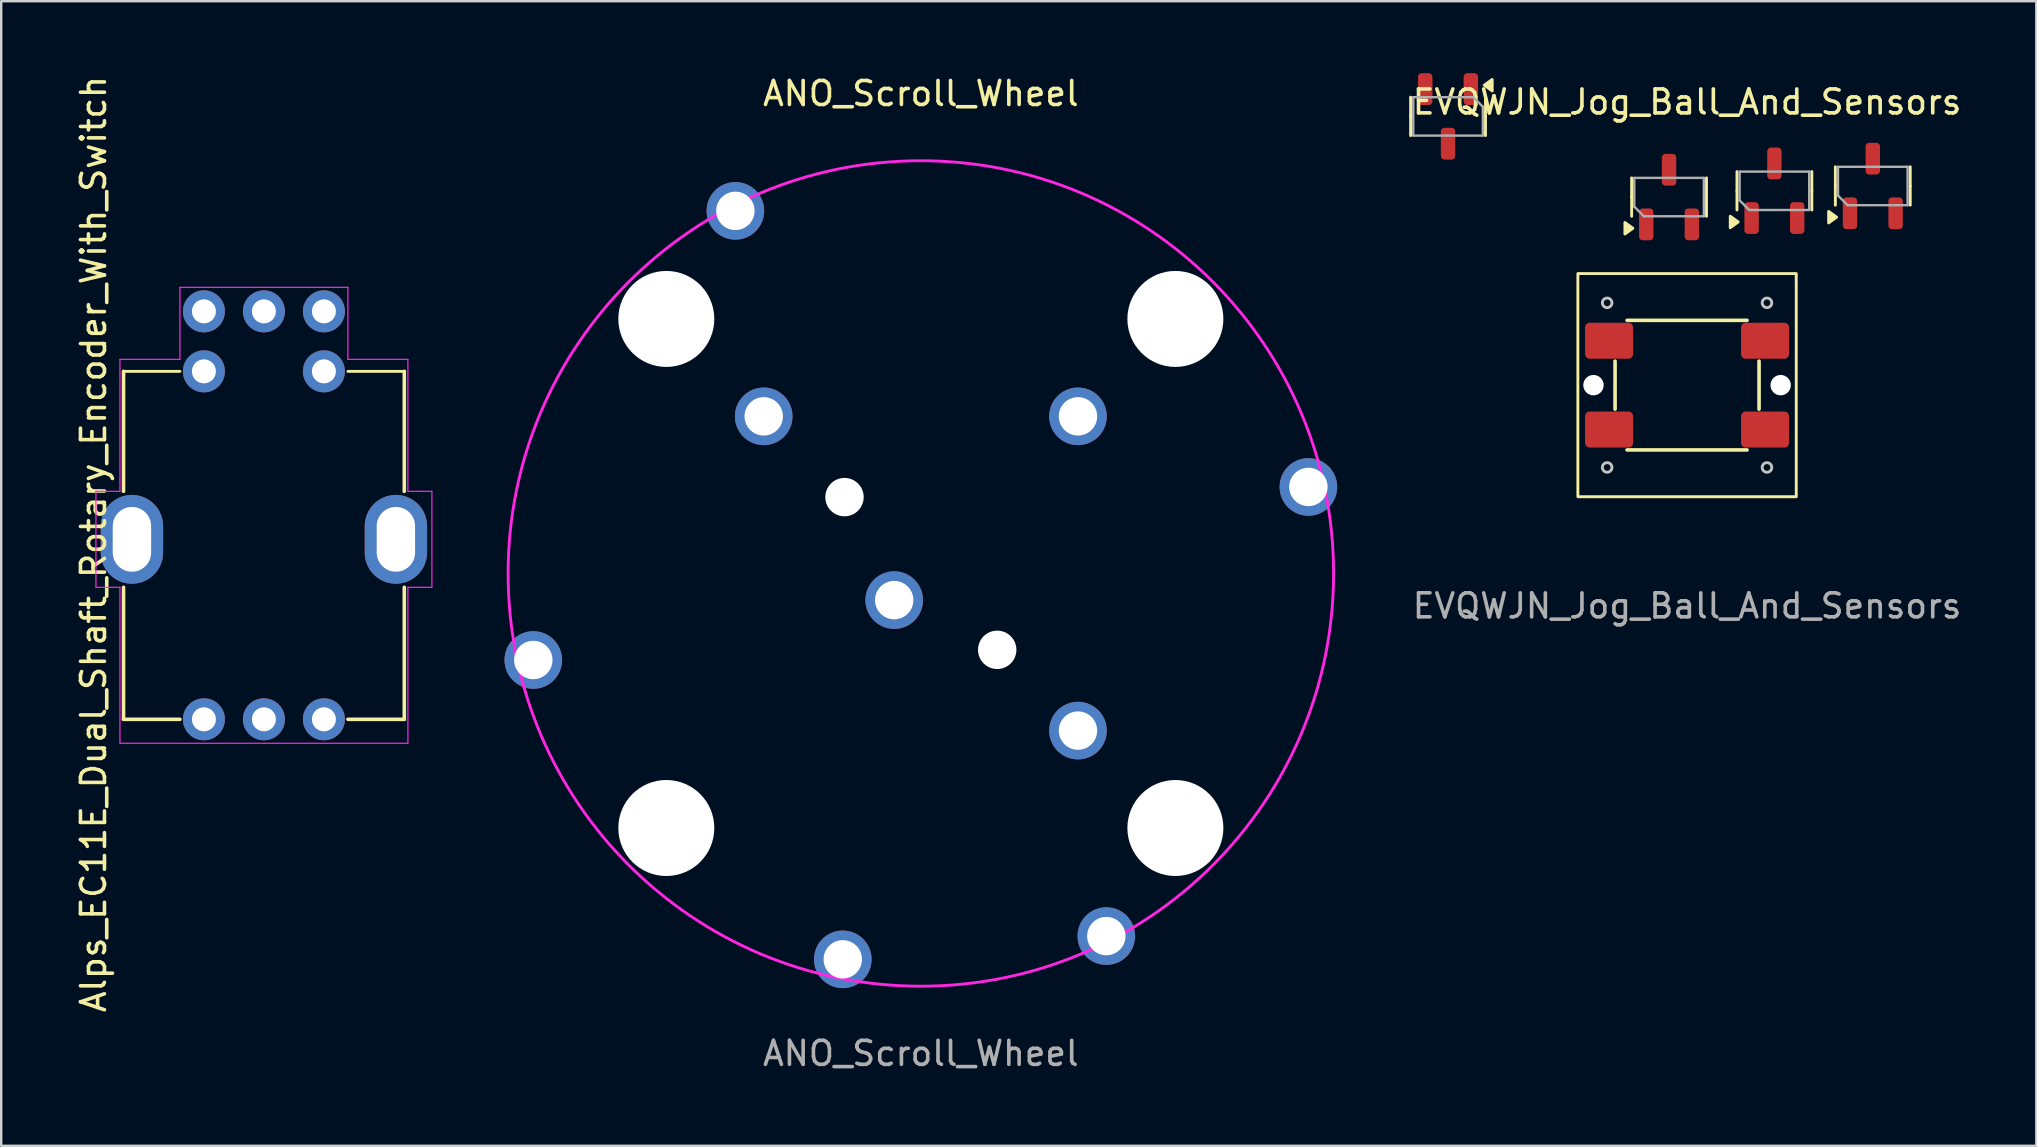
<source format=kicad_pcb>
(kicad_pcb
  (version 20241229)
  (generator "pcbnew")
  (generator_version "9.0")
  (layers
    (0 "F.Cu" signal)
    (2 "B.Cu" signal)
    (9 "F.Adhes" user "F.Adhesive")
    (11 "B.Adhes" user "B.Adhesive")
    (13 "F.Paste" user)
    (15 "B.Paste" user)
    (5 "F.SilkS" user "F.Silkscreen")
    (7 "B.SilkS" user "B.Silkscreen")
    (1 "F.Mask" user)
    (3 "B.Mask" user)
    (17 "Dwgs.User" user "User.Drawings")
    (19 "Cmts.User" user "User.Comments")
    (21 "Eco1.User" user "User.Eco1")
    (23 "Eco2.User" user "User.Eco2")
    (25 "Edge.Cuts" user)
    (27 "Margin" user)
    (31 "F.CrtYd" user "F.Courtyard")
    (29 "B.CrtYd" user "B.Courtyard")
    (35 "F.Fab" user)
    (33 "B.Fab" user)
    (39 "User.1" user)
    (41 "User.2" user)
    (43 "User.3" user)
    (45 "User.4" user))
  (footprint "Alps_EC11E_Dual_Shaft_Rotary_Encoder_With_Switch"
    (layer "F.Cu")
    (at 7.948 19.425)
    (property "Reference" "Alps_EC11E_Dual_Shaft_Rotary_Encoder_With_Switch" (at -7.1 0.2 270) (layer "F.SilkS") (effects (font (size 1 1) (thickness 0.15))))
    (attr through_hole)
    (fp_line (start -5.85 -7) (end -5.85 -2) (stroke (width 0.15) (type solid)) (layer "F.SilkS"))
    (fp_line (start -5.85 -7) (end -3.5 -7) (stroke (width 0.12) (type solid)) (layer "F.SilkS"))
    (fp_line (start -5.85 7.5) (end -5.85 2) (stroke (width 0.15) (type solid)) (layer "F.SilkS"))
    (fp_line (start -3.5 7.5) (end -5.85 7.5) (stroke (width 0.15) (type solid)) (layer "F.SilkS"))
    (fp_line (start 3.5 7.5) (end 5.85 7.5) (stroke (width 0.15) (type solid)) (layer "F.SilkS"))
    (fp_line (start 5.85 -7) (end 3.5 -7) (stroke (width 0.12) (type solid)) (layer "F.SilkS"))
    (fp_line (start 5.85 -7) (end 5.85 -2) (stroke (width 0.15) (type solid)) (layer "F.SilkS"))
    (fp_line (start 5.85 7.5) (end 5.85 2) (stroke (width 0.15) (type solid)) (layer "F.SilkS"))
    (fp_line (start -7 -2) (end -6 -2) (stroke (width 0.05) (type default)) (layer "F.CrtYd"))
    (fp_line (start -7 2) (end -7 -2) (stroke (width 0.05) (type default)) (layer "F.CrtYd"))
    (fp_line (start -6 -7.5) (end -3.5 -7.5) (stroke (width 0.05) (type solid)) (layer "F.CrtYd"))
    (fp_line (start -6 -2) (end -6 -7.5) (stroke (width 0.05) (type default)) (layer "F.CrtYd"))
    (fp_line (start -6 2) (end -7 2) (stroke (width 0.05) (type default)) (layer "F.CrtYd"))
    (fp_line (start -6 2) (end -6 8.5) (stroke (width 0.05) (type default)) (layer "F.CrtYd"))
    (fp_line (start -3.5 -10.5) (end 3.5 -10.5) (stroke (width 0.05) (type default)) (layer "F.CrtYd"))
    (fp_line (start -3.5 -7.5) (end -3.5 -10.5) (stroke (width 0.05) (type default)) (layer "F.CrtYd"))
    (fp_line (start 3.5 -10.5) (end 3.5 -7.5) (stroke (width 0.05) (type default)) (layer "F.CrtYd"))
    (fp_line (start 3.5 -7.5) (end 6 -7.5) (stroke (width 0.05) (type default)) (layer "F.CrtYd"))
    (fp_line (start 6 -2) (end 6 -7.5) (stroke (width 0.05) (type default)) (layer "F.CrtYd"))
    (fp_line (start 6 -2) (end 7 -2) (stroke (width 0.05) (type default)) (layer "F.CrtYd"))
    (fp_line (start 6 2) (end 6 8.5) (stroke (width 0.05) (type default)) (layer "F.CrtYd"))
    (fp_line (start 6 8.5) (end -6 8.5) (stroke (width 0.05) (type default)) (layer "F.CrtYd"))
    (fp_line (start 7 2) (end 6 2) (stroke (width 0.05) (type default)) (layer "F.CrtYd"))
    (fp_line (start 7 2) (end 7 -2) (stroke (width 0.05) (type default)) (layer "F.CrtYd"))
    (pad "1" thru_hole circle (at 2.5 -9.5 270) (size 1.75 1.75) (drill 1) (layers "*.Cu" "*.Mask"))
    (pad "2" thru_hole circle (at 0 -9.5 270) (size 1.75 1.75) (drill 1) (layers "*.Cu" "*.Mask"))
    (pad "3" thru_hole circle (at -2.5 -9.5 270) (size 1.75 1.75) (drill 1) (layers "*.Cu" "*.Mask"))
    (pad "4" thru_hole circle (at 2.5 -7 270) (size 1.75 1.75) (drill 1) (layers "*.Cu" "*.Mask"))
    (pad "5" thru_hole circle (at -2.5 -7 270) (size 1.75 1.75) (drill 1) (layers "*.Cu" "*.Mask"))
    (pad "6" thru_hole circle (at -2.5 7.5 270) (size 1.75 1.75) (drill 1) (layers "*.Cu" "*.Mask"))
    (pad "7" thru_hole circle (at 0 7.5 270) (size 1.75 1.75) (drill 1) (layers "*.Cu" "*.Mask"))
    (pad "8" thru_hole circle (at 2.5 7.5 270) (size 1.75 1.75) (drill 1) (layers "*.Cu" "*.Mask"))
    (pad "MP" thru_hole oval (at -5.5 0 270) (size 3.7 2.6) (drill oval 2.7 1.6) (layers "*.Cu" "*.Mask"))
    (pad "MP" thru_hole oval (at 5.5 0 270) (size 3.7 2.6) (drill oval 2.7 1.6) (layers "*.Cu" "*.Mask")))
  (footprint "ANO_Scroll_Wheel"
    (layer "F.Cu")
    (at 35.324 20.848)
    (property "Reference" "ANO_Scroll_Wheel" (at 0 -20 0) (unlocked yes) (layer "F.SilkS") (effects (font (size 1 1) (thickness 0.15))))
    (attr through_hole)
    (fp_circle (center 0 0) (end -12.162 12.162) (stroke (width 0.12) (type default)) (fill no) (layer "F.CrtYd"))
    (fp_text user "${REFERENCE}" (at 0 20 0) (unlocked yes) (layer "F.Fab") (effects (font (size 1 1) (thickness 0.15))))
    (pad "" np_thru_hole circle (at -10.607 -10.607 225) (size 4 4) (drill 4) (layers "*.Cu" "*.Mask"))
    (pad "" np_thru_hole circle (at -10.607 10.607 225) (size 4 4) (drill 4) (layers "*.Cu" "*.Mask"))
    (pad "" np_thru_hole circle (at -3.182 -3.182 225) (size 1.6 1.6) (drill 1.6) (layers "*.Cu" "*.Mask"))
    (pad "" np_thru_hole circle (at 3.182 3.182 225) (size 1.6 1.6) (drill 1.6) (layers "*.Cu" "*.Mask"))
    (pad "" np_thru_hole circle (at 10.607 -10.607 225) (size 4 4) (drill 4) (layers "*.Cu" "*.Mask"))
    (pad "" np_thru_hole circle (at 10.607 10.607 225) (size 4 4) (drill 4) (layers "*.Cu" "*.Mask"))
    (pad "1" thru_hole circle (at -6.548 -6.548 225) (size 2.4 2.4) (drill 1.6) (layers "*.Cu" "*.Mask"))
    (pad "2" thru_hole circle (at 6.548 6.548 225) (size 2.4 2.4) (drill 1.6) (layers "*.Cu" "*.Mask"))
    (pad "3" thru_hole circle (at 6.548 -6.548 225) (size 2.4 2.4) (drill 1.6) (layers "*.Cu" "*.Mask"))
    (pad "4" thru_hole circle (at -1.11 1.11 225) (size 2.4 2.4) (drill 1.6) (layers "*.Cu" "*.Mask"))
    (pad "5" thru_hole circle (at -3.253 16.08 225) (size 2.4 2.4) (drill 1.6) (layers "*.Cu" "*.Mask"))
    (pad "6" thru_hole circle (at 7.729 15.111 225) (size 2.4 2.4) (drill 1.6) (layers "*.Cu" "*.Mask"))
    (pad "7" thru_hole circle (at 16.15 -3.606 45) (size 2.4 2.4) (drill 1.6) (layers "*.Cu" "*.Mask"))
    (pad "8" thru_hole circle (at -7.729 -15.111 45) (size 2.4 2.4) (drill 1.6) (layers "*.Cu" "*.Mask"))
    (pad "9" thru_hole circle (at -16.15 3.606 225) (size 2.4 2.4) (drill 1.6) (layers "*.Cu" "*.Mask")))
  (footprint "EVQWJN_Jog_Ball_And_Sensors"
    (layer "F.Cu")
    (at 67.254 13)
    (property "Reference" "EVQWJN_Jog_Ball_And_Sensors" (at 0 -11.8 0) (unlocked yes) (layer "F.SilkS") (effects (font (size 1 1) (thickness 0.15))))
    (attr smd)
    (fp_line (start -11.52 -11.2) (end -11.52 -12) (stroke (width 0.12) (type solid)) (layer "F.SilkS"))
    (fp_line (start -11.52 -11.2) (end -11.52 -10.4) (stroke (width 0.12) (type solid)) (layer "F.SilkS"))
    (fp_line (start -8.4 -11.2) (end -8.4 -12) (stroke (width 0.12) (type solid)) (layer "F.SilkS"))
    (fp_line (start -8.4 -11.2) (end -8.4 -10.4) (stroke (width 0.12) (type solid)) (layer "F.SilkS"))
    (fp_line (start -3 1) (end -3 -1) (stroke (width 0.15) (type solid)) (layer "F.SilkS"))
    (fp_line (start -2.31 -7.838) (end -2.31 -8.637) (stroke (width 0.12) (type solid)) (layer "F.SilkS"))
    (fp_line (start -2.31 -7.838) (end -2.31 -7.037) (stroke (width 0.12) (type solid)) (layer "F.SilkS"))
    (fp_line (start 0.81 -7.838) (end 0.81 -8.637) (stroke (width 0.12) (type solid)) (layer "F.SilkS"))
    (fp_line (start 0.81 -7.838) (end 0.81 -7.037) (stroke (width 0.12) (type solid)) (layer "F.SilkS"))
    (fp_line (start 2.08 -8.1) (end 2.08 -8.9) (stroke (width 0.12) (type solid)) (layer "F.SilkS"))
    (fp_line (start 2.08 -8.1) (end 2.08 -7.3) (stroke (width 0.12) (type solid)) (layer "F.SilkS"))
    (fp_line (start 2.5 -2.7) (end -2.5 -2.7) (stroke (width 0.15) (type solid)) (layer "F.SilkS"))
    (fp_line (start 2.5 2.7) (end -2.5 2.7) (stroke (width 0.15) (type solid)) (layer "F.SilkS"))
    (fp_line (start 3 -1) (end 3 1) (stroke (width 0.15) (type solid)) (layer "F.SilkS"))
    (fp_line (start 5.2 -8.1) (end 5.2 -8.9) (stroke (width 0.12) (type solid)) (layer "F.SilkS"))
    (fp_line (start 5.2 -8.1) (end 5.2 -7.3) (stroke (width 0.12) (type solid)) (layer "F.SilkS"))
    (fp_line (start 6.18 -8.3) (end 6.18 -9.1) (stroke (width 0.12) (type solid)) (layer "F.SilkS"))
    (fp_line (start 6.18 -8.3) (end 6.18 -7.5) (stroke (width 0.12) (type solid)) (layer "F.SilkS"))
    (fp_line (start 9.3 -8.3) (end 9.3 -9.1) (stroke (width 0.12) (type solid)) (layer "F.SilkS"))
    (fp_line (start 9.3 -8.3) (end 9.3 -7.5) (stroke (width 0.12) (type solid)) (layer "F.SilkS"))
    (fp_rect (start -4.55 -4.65) (end 4.55 4.65) (stroke (width 0.12) (type default)) (fill no) (layer "F.SilkS"))
    (fp_poly (pts (xy -8.45 -12.5) (xy -8.12 -12.74) (xy -8.12 -12.26) (xy -8.45 -12.5)) (stroke (width 0.12) (type solid)) (fill yes) (layer "F.SilkS"))
    (fp_poly (pts (xy -2.26 -6.537) (xy -2.59 -6.298) (xy -2.59 -6.777) (xy -2.26 -6.537)) (stroke (width 0.12) (type solid)) (fill yes) (layer "F.SilkS"))
    (fp_poly (pts (xy 2.13 -6.8) (xy 1.8 -6.56) (xy 1.8 -7.04) (xy 2.13 -6.8)) (stroke (width 0.12) (type solid)) (fill yes) (layer "F.SilkS"))
    (fp_poly (pts (xy 6.23 -7) (xy 5.9 -6.76) (xy 5.9 -7.24) (xy 6.23 -7)) (stroke (width 0.12) (type solid)) (fill yes) (layer "F.SilkS"))
    (fp_circle (center -3.33 -3.43) (end -3.13 -3.43) (stroke (width 0.12) (type default)) (fill no) (layer "Dwgs.User"))
    (fp_circle (center -3.33 3.43) (end -3.13 3.43) (stroke (width 0.12) (type default)) (fill no) (layer "Dwgs.User"))
    (fp_circle (center 3.33 -3.43) (end 3.53 -3.43) (stroke (width 0.12) (type default)) (fill no) (layer "Dwgs.User"))
    (fp_circle (center 3.33 3.43) (end 3.53 3.43) (stroke (width 0.12) (type default)) (fill no) (layer "Dwgs.User"))
    (fp_line (start -11.41 -12) (end -8.91 -12) (stroke (width 0.1) (type solid)) (layer "F.Fab"))
    (fp_line (start -11.41 -10.4) (end -11.41 -12) (stroke (width 0.1) (type solid)) (layer "F.Fab"))
    (fp_line (start -8.91 -12) (end -8.51 -11.6) (stroke (width 0.1) (type solid)) (layer "F.Fab"))
    (fp_line (start -8.51 -11.6) (end -8.51 -10.4) (stroke (width 0.1) (type solid)) (layer "F.Fab"))
    (fp_line (start -8.51 -10.4) (end -11.41 -10.4) (stroke (width 0.1) (type solid)) (layer "F.Fab"))
    (fp_line (start -2.2 -8.637) (end 0.7 -8.637) (stroke (width 0.1) (type solid)) (layer "F.Fab"))
    (fp_line (start -2.2 -7.438) (end -2.2 -8.637) (stroke (width 0.1) (type solid)) (layer "F.Fab"))
    (fp_line (start -1.8 -7.037) (end -2.2 -7.438) (stroke (width 0.1) (type solid)) (layer "F.Fab"))
    (fp_line (start 0.7 -8.637) (end 0.7 -7.037) (stroke (width 0.1) (type solid)) (layer "F.Fab"))
    (fp_line (start 0.7 -7.037) (end -1.8 -7.037) (stroke (width 0.1) (type solid)) (layer "F.Fab"))
    (fp_line (start 2.19 -8.9) (end 5.09 -8.9) (stroke (width 0.1) (type solid)) (layer "F.Fab"))
    (fp_line (start 2.19 -7.7) (end 2.19 -8.9) (stroke (width 0.1) (type solid)) (layer "F.Fab"))
    (fp_line (start 2.59 -7.3) (end 2.19 -7.7) (stroke (width 0.1) (type solid)) (layer "F.Fab"))
    (fp_line (start 5.09 -8.9) (end 5.09 -7.3) (stroke (width 0.1) (type solid)) (layer "F.Fab"))
    (fp_line (start 5.09 -7.3) (end 2.59 -7.3) (stroke (width 0.1) (type solid)) (layer "F.Fab"))
    (fp_line (start 6.29 -9.1) (end 9.19 -9.1) (stroke (width 0.1) (type solid)) (layer "F.Fab"))
    (fp_line (start 6.29 -7.9) (end 6.29 -9.1) (stroke (width 0.1) (type solid)) (layer "F.Fab"))
    (fp_line (start 6.69 -7.5) (end 6.29 -7.9) (stroke (width 0.1) (type solid)) (layer "F.Fab"))
    (fp_line (start 9.19 -9.1) (end 9.19 -7.5) (stroke (width 0.1) (type solid)) (layer "F.Fab"))
    (fp_line (start 9.19 -7.5) (end 6.69 -7.5) (stroke (width 0.1) (type solid)) (layer "F.Fab"))
    (fp_text user "${REFERENCE}" (at 0 9.2 0) (unlocked yes) (layer "F.Fab") (effects (font (size 1 1) (thickness 0.15))))
    (pad "" np_thru_hole circle (at -3.9 0) (size 0.85 0.85) (drill 0.85) (layers "*.Cu" "*.Mask"))
    (pad "" np_thru_hole circle (at 3.9 0) (size 0.85 0.85) (drill 0.85) (layers "*.Cu" "*.Mask"))
    (pad "1" smd roundrect (at -9.96 -10.062 270) (size 1.325 0.6) (layers "F.Cu" "F.Mask" "F.Paste") (roundrect_rratio 0.25))
    (pad "1" smd roundrect (at -0.75 -8.975 90) (size 1.325 0.6) (layers "F.Cu" "F.Mask" "F.Paste") (roundrect_rratio 0.25))
    (pad "1" smd roundrect (at 3.64 -9.238 90) (size 1.325 0.6) (layers "F.Cu" "F.Mask" "F.Paste") (roundrect_rratio 0.25))
    (pad "1" smd roundrect (at 7.74 -9.438 90) (size 1.325 0.6) (layers "F.Cu" "F.Mask" "F.Paste") (roundrect_rratio 0.25))
    (pad "2" smd roundrect (at -9.01 -12.338 270) (size 1.325 0.6) (layers "F.Cu" "F.Mask" "F.Paste") (roundrect_rratio 0.25))
    (pad "2" smd roundrect (at -1.7 -6.7 90) (size 1.325 0.6) (layers "F.Cu" "F.Mask" "F.Paste") (roundrect_rratio 0.25))
    (pad "2" smd roundrect (at 2.69 -6.963 90) (size 1.325 0.6) (layers "F.Cu" "F.Mask" "F.Paste") (roundrect_rratio 0.25))
    (pad "2" smd roundrect (at 6.79 -7.162 90) (size 1.325 0.6) (layers "F.Cu" "F.Mask" "F.Paste") (roundrect_rratio 0.25))
    (pad "3" smd roundrect (at -3.25 -1.85) (size 2 1.5) (layers "F.Cu" "F.Mask" "F.Paste") (roundrect_rratio 0.125))
    (pad "3" smd roundrect (at 3.25 -1.85) (size 2 1.5) (layers "F.Cu" "F.Mask" "F.Paste") (roundrect_rratio 0.125))
    (pad "4" smd roundrect (at -3.25 1.85) (size 2 1.5) (layers "F.Cu" "F.Mask" "F.Paste") (roundrect_rratio 0.125))
    (pad "4" smd roundrect (at 3.25 1.85) (size 2 1.5) (layers "F.Cu" "F.Mask" "F.Paste") (roundrect_rratio 0.125))
    (pad "5" smd roundrect (at -10.91 -12.338 270) (size 1.325 0.6) (layers "F.Cu" "F.Mask" "F.Paste") (roundrect_rratio 0.25))
    (pad "6" smd roundrect (at 0.2 -6.7 90) (size 1.325 0.6) (layers "F.Cu" "F.Mask" "F.Paste") (roundrect_rratio 0.25))
    (pad "7" smd roundrect (at 4.59 -6.963 90) (size 1.325 0.6) (layers "F.Cu" "F.Mask" "F.Paste") (roundrect_rratio 0.25))
    (pad "8" smd roundrect (at 8.69 -7.162 90) (size 1.325 0.6) (layers "F.Cu" "F.Mask" "F.Paste") (roundrect_rratio 0.25)))
  (gr_rect
    (start -3 -3)
    (end 81.807 44.697)
    (stroke (width 0.1) (type default))
    (fill no)
    (layer "Edge.Cuts")))
</source>
